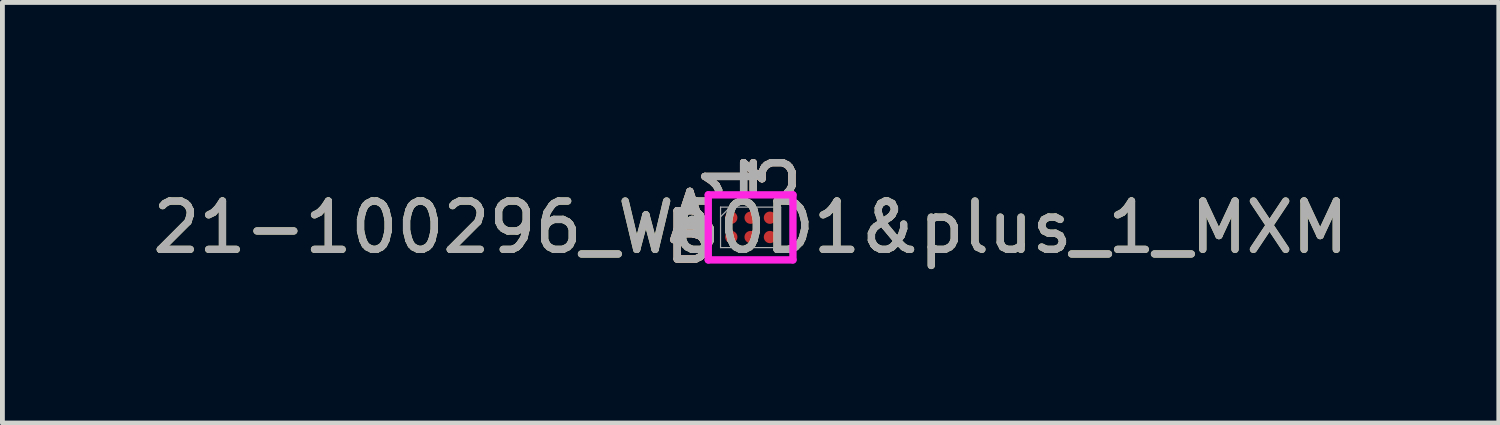
<source format=kicad_pcb>
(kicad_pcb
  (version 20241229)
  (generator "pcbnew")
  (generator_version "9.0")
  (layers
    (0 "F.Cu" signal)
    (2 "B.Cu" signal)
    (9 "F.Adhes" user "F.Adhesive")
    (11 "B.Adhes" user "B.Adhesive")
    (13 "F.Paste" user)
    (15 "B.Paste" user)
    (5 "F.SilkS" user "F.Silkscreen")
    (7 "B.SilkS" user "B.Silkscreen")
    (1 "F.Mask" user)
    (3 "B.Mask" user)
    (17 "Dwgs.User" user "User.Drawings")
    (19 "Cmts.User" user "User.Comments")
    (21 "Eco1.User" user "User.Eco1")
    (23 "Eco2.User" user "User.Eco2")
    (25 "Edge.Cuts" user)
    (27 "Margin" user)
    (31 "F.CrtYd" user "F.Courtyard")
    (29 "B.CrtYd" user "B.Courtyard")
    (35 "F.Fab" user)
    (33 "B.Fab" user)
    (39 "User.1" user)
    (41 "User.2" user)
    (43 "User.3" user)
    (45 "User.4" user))
  (footprint "21-100296_W60D1&plus_1_MXM"
    (layer "F.Cu")
    (at 12.482 1.655)
    (property "Reference" "21-100296_W60D1&plus_1_MXM" (at 0 0 0) (unlocked yes) (layer "F.SilkS") (effects (font (size 1 1) (thickness 0.15))))
    (attr smd)
    (fp_poly (pts (xy -1.044 -0.845) (xy 1.044 -0.845) (xy 1.044 0.845) (xy -1.044 0.845)) (stroke (width 0.1) (type solid)) (fill no) (layer "Eco2.User"))
    (fp_line (start -0.876 -0.673) (end 0.876 -0.673) (stroke (width 0.152) (type solid)) (layer "F.CrtYd"))
    (fp_line (start -0.876 0.673) (end -0.876 -0.673) (stroke (width 0.152) (type solid)) (layer "F.CrtYd"))
    (fp_line (start 0.876 -0.673) (end 0.876 0.673) (stroke (width 0.152) (type solid)) (layer "F.CrtYd"))
    (fp_line (start 0.876 0.673) (end -0.876 0.673) (stroke (width 0.152) (type solid)) (layer "F.CrtYd"))
    (fp_line (start -0.622 -0.419) (end -0.622 0.419) (stroke (width 0.025) (type solid)) (layer "F.Fab"))
    (fp_line (start -0.622 0.419) (end 0.622 0.419) (stroke (width 0.025) (type solid)) (layer "F.Fab"))
    (fp_line (start -0.422 -0.419) (end -0.622 -0.219) (stroke (width 0.025) (type solid)) (layer "F.Fab"))
    (fp_line (start 0.622 -0.419) (end -0.622 -0.419) (stroke (width 0.025) (type solid)) (layer "F.Fab"))
    (fp_line (start 0.622 0.419) (end 0.622 -0.419) (stroke (width 0.025) (type solid)) (layer "F.Fab"))
    (fp_text user "B" (at -1.257 0.2 0) (unlocked yes) (layer "F.SilkS") (effects (font (size 1 1) (thickness 0.15))))
    (fp_text user "A" (at -1.257 -0.2 0) (unlocked yes) (layer "F.SilkS") (effects (font (size 1 1) (thickness 0.15))))
    (fp_text user "3" (at 0.4 -1.054 90) (unlocked yes) (layer "F.SilkS") (effects (font (size 1 1) (thickness 0.15))))
    (fp_text user "1" (at -0.4 -1.054 90) (unlocked yes) (layer "F.SilkS") (effects (font (size 1 1) (thickness 0.15))))
    (fp_text user "A" (at -1.257 -0.2 0) (unlocked yes) (layer "B.SilkS") (effects (font (size 1 1) (thickness 0.15))))
    (fp_text user "3" (at 0.4 -1.054 90) (unlocked yes) (layer "B.SilkS") (effects (font (size 1 1) (thickness 0.15))))
    (fp_text user "1" (at -0.4 -1.054 90) (unlocked yes) (layer "B.SilkS") (effects (font (size 1 1) (thickness 0.15))))
    (fp_text user "B" (at -1.257 0.2 0) (unlocked yes) (layer "B.SilkS") (effects (font (size 1 1) (thickness 0.15))))
    (fp_text user "A" (at -1.257 -0.2 0) (unlocked yes) (layer "F.Fab") (effects (font (size 1 1) (thickness 0.15))))
    (fp_text user "1" (at -0.4 -1.054 90) (unlocked yes) (layer "F.Fab") (effects (font (size 1 1) (thickness 0.15))))
    (fp_text user "B" (at -1.257 0.2 0) (unlocked yes) (layer "F.Fab") (effects (font (size 1 1) (thickness 0.15))))
    (fp_text user "${REFERENCE}" (at 0 0 0) (unlocked yes) (layer "F.Fab") (effects (font (size 1 1) (thickness 0.15))))
    (fp_text user "3" (at 0.4 -1.054 90) (unlocked yes) (layer "F.Fab") (effects (font (size 1 1) (thickness 0.15))))
    (pad "A1" smd circle (at -0.4 -0.2) (size 0.254 0.254) (layers "F.Cu" "F.Mask" "F.Paste"))
    (pad "A2" smd circle (at 0 -0.2) (size 0.254 0.254) (layers "F.Cu" "F.Mask" "F.Paste"))
    (pad "A3" smd circle (at 0.4 -0.2) (size 0.254 0.254) (layers "F.Cu" "F.Mask" "F.Paste"))
    (pad "B1" smd circle (at -0.4 0.2) (size 0.254 0.254) (layers "F.Cu" "F.Mask" "F.Paste"))
    (pad "B2" smd circle (at 0 0.2) (size 0.254 0.254) (layers "F.Cu" "F.Mask" "F.Paste"))
    (pad "B3" smd circle (at 0.4 0.2) (size 0.254 0.254) (layers "F.Cu" "F.Mask" "F.Paste")))
  (gr_rect
    (start -3 -3)
    (end 27.964 5.704)
    (stroke (width 0.1) (type default))
    (fill no)
    (layer "Edge.Cuts")))
</source>
